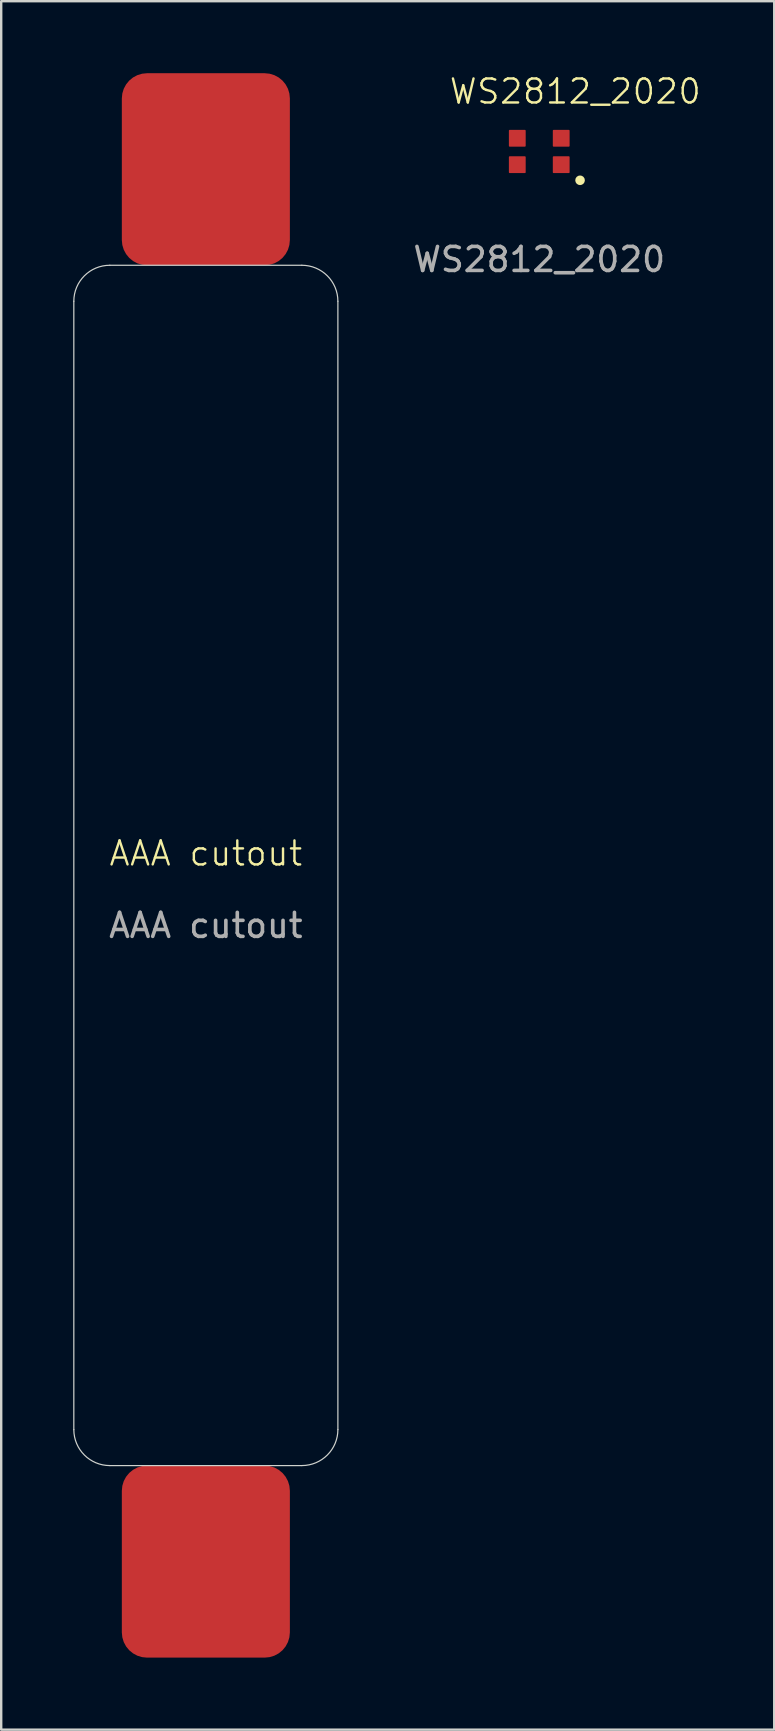
<source format=kicad_pcb>
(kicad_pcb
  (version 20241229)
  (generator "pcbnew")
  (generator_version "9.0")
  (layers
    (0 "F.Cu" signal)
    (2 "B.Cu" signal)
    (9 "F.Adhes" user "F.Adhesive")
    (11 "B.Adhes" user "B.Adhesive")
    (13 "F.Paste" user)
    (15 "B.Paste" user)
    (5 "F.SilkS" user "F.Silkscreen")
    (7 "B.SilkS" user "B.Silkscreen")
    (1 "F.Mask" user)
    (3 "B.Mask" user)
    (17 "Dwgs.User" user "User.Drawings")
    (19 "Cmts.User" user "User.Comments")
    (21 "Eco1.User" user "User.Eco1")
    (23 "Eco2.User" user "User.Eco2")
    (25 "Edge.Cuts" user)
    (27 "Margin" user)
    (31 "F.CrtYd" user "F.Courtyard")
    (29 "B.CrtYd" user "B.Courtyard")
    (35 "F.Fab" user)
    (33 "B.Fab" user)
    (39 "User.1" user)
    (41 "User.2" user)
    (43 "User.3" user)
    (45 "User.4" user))
  (footprint "WS2812_2020"
    (layer "F.Cu")
    (at 19.413 3.26)
    (property "Reference" "WS2812_2020" (at 1.5 -2.5 0) (unlocked yes) (layer "F.SilkS") (effects (font (size 1 1) (thickness 0.1))))
    (attr smd)
    (fp_circle (center 1.7 1.2) (end 1.8 1.2) (stroke (width 0.2) (type solid)) (fill no) (layer "F.SilkS"))
    (fp_text user "${REFERENCE}" (at 0 4.5 0) (unlocked yes) (layer "F.Fab") (effects (font (size 1 1) (thickness 0.15))))
    (pad "1" smd roundrect (at 0.915 0.55 270) (size 0.7 0.7) (layers "F.Cu" "F.Mask" "F.Paste") (roundrect_rratio 0.05))
    (pad "2" smd roundrect (at 0.915 -0.55 270) (size 0.7 0.7) (layers "F.Cu" "F.Mask" "F.Paste") (roundrect_rratio 0.05))
    (pad "3" smd roundrect (at -0.915 -0.55 270) (size 0.7 0.7) (layers "F.Cu" "F.Mask" "F.Paste") (roundrect_rratio 0.05))
    (pad "4" smd roundrect (at -0.915 0.55 270) (size 0.7 0.7) (layers "F.Cu" "F.Mask" "F.Paste") (roundrect_rratio 0.05)))
  (footprint "AAA cutout"
    (layer "F.Cu")
    (at 5.525 33)
    (property "Reference" "AAA cutout" (at 0 -0.5 0) (unlocked yes) (layer "F.SilkS") (effects (font (size 1 1) (thickness 0.1))))
    (property "Field4" "" (at 0 0 0) (layer "F.Fab") (effects (font (size 1 1) (thickness 0.15))))
    (attr smd)
    (fp_line (start -5.5 -23.5) (end -5.5 23.5) (stroke (width 0.05) (type default)) (layer "Edge.Cuts"))
    (fp_line (start -4 -25) (end 4 -25) (stroke (width 0.05) (type default)) (layer "Edge.Cuts"))
    (fp_line (start -4 25) (end 4 25) (stroke (width 0.05) (type default)) (layer "Edge.Cuts"))
    (fp_line (start 5.5 -23.5) (end 5.5 23.5) (stroke (width 0.05) (type default)) (layer "Edge.Cuts"))
    (fp_arc (start -5.5 -23.5) (mid -5.06066 -24.56066) (end -4 -25) (stroke (width 0.05) (type default)) (layer "Edge.Cuts"))
    (fp_arc (start -4 25) (mid -5.06066 24.56066) (end -5.5 23.5) (stroke (width 0.05) (type default)) (layer "Edge.Cuts"))
    (fp_arc (start 4 -25) (mid 5.06066 -24.56066) (end 5.5 -23.5) (stroke (width 0.05) (type default)) (layer "Edge.Cuts"))
    (fp_arc (start 5.5 23.5) (mid 5.06066 24.56066) (end 4 25) (stroke (width 0.05) (type default)) (layer "Edge.Cuts"))
    (fp_text user "${REFERENCE}" (at 0 2.5 0) (unlocked yes) (layer "F.Fab") (effects (font (size 1 1) (thickness 0.15))))
    (pad "1" smd roundrect (at 0 -29) (size 7 8) (layers "F.Cu" "F.Mask" "F.Paste") (roundrect_rratio 0.15))
    (pad "2" smd roundrect (at 0 29) (size 7 8) (layers "F.Cu" "F.Mask" "F.Paste") (roundrect_rratio 0.15)))
  (gr_rect
    (start -3 -3)
    (end 29.201 69)
    (stroke (width 0.1) (type default))
    (fill no)
    (layer "Edge.Cuts")))
</source>
